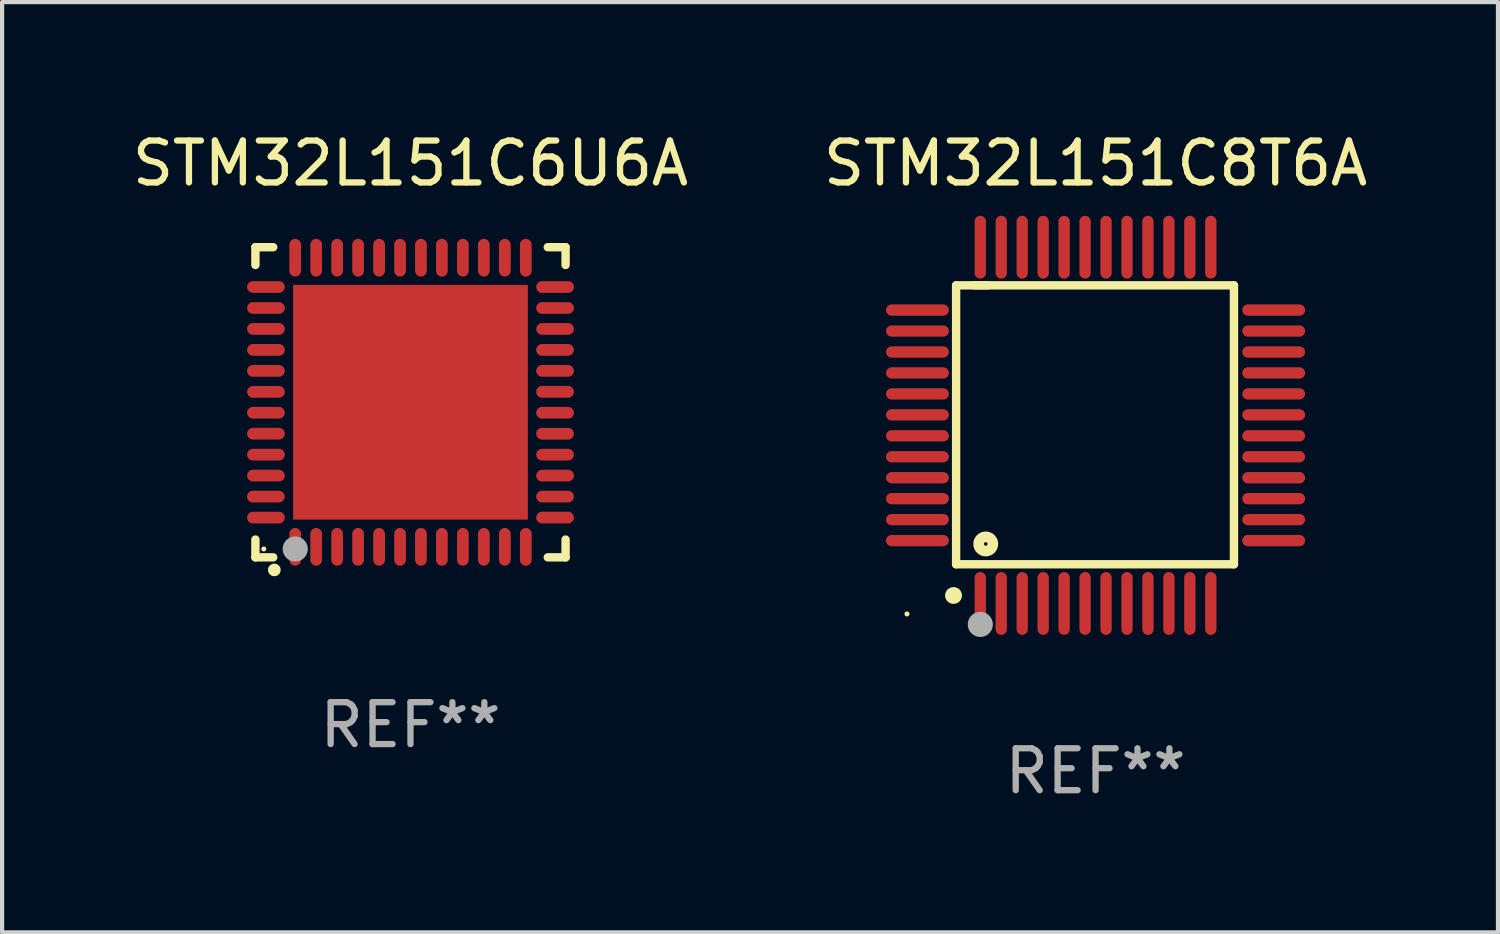
<source format=kicad_pcb>
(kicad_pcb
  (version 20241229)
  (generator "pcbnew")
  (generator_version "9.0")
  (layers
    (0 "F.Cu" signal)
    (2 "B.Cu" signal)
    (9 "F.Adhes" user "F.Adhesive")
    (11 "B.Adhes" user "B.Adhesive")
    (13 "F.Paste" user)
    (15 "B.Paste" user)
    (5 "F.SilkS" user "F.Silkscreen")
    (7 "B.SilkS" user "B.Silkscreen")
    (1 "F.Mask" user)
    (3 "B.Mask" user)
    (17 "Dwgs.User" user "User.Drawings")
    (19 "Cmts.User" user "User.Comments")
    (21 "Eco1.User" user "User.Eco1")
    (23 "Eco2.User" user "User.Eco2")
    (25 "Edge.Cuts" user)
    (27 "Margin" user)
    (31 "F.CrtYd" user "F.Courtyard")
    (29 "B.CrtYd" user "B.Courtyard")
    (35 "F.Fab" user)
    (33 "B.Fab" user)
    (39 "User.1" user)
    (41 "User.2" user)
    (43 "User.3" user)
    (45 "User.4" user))
  (footprint "STM32L151C8T6A"
    (layer "F.Cu")
    (at 23.089 7.098)
    (property "Reference" "STM32L151C8T6A" (at 0 -6.25 0) (layer "F.SilkS") (effects (font (size 1 1) (thickness 0.15))))
    (attr through_hole)
    (fp_line (start -3.327 -3.34) (end -2.565 -3.34) (stroke (width 0.2) (type solid)) (layer "F.SilkS"))
    (fp_line (start -3.327 3.315) (end -3.327 -3.34) (stroke (width 0.2) (type solid)) (layer "F.SilkS"))
    (fp_line (start -2.896 -3.34) (end 3.302 -3.34) (stroke (width 0.2) (type solid)) (layer "F.SilkS"))
    (fp_line (start 3.302 -3.34) (end 3.302 3.315) (stroke (width 0.2) (type solid)) (layer "F.SilkS"))
    (fp_line (start 3.302 3.315) (end -3.327 3.315) (stroke (width 0.2) (type solid)) (layer "F.SilkS"))
    (fp_arc (start -3.389992 4.059995) (mid -3.388722 4.059991) (end -3.387452 4.059995) (stroke (width 0.4) (type solid)) (layer "F.SilkS"))
    (fp_circle (center -4.5 4.5) (end -4.47 4.5) (stroke (width 0.06) (type solid)) (fill no) (layer "F.SilkS"))
    (fp_circle (center -2.62 2.83) (end -2.45 2.83) (stroke (width 0.254) (type solid)) (fill no) (layer "F.SilkS"))
    (fp_circle (center -2.75 4.75) (end -2.6 4.75) (stroke (width 0.3) (type solid)) (fill no) (layer "F.Fab"))
    (fp_text user "REF**" (at 0 8.25 0) (layer "F.Fab") (effects (font (size 1 1) (thickness 0.15))))
    (pad "1" smd oval (at -2.75 4.25) (size 0.27 1.5) (layers "F.Cu" "F.Mask" "F.Paste"))
    (pad "2" smd oval (at -2.25 4.25) (size 0.27 1.5) (layers "F.Cu" "F.Mask" "F.Paste"))
    (pad "3" smd oval (at -1.75 4.25) (size 0.27 1.5) (layers "F.Cu" "F.Mask" "F.Paste"))
    (pad "4" smd oval (at -1.25 4.25) (size 0.27 1.5) (layers "F.Cu" "F.Mask" "F.Paste"))
    (pad "5" smd oval (at -0.75 4.25) (size 0.27 1.5) (layers "F.Cu" "F.Mask" "F.Paste"))
    (pad "6" smd oval (at -0.25 4.25) (size 0.27 1.5) (layers "F.Cu" "F.Mask" "F.Paste"))
    (pad "7" smd oval (at 0.25 4.25) (size 0.27 1.5) (layers "F.Cu" "F.Mask" "F.Paste"))
    (pad "8" smd oval (at 0.75 4.25) (size 0.27 1.5) (layers "F.Cu" "F.Mask" "F.Paste"))
    (pad "9" smd oval (at 1.25 4.25) (size 0.27 1.5) (layers "F.Cu" "F.Mask" "F.Paste"))
    (pad "10" smd oval (at 1.75 4.25) (size 0.27 1.5) (layers "F.Cu" "F.Mask" "F.Paste"))
    (pad "11" smd oval (at 2.25 4.25) (size 0.27 1.5) (layers "F.Cu" "F.Mask" "F.Paste"))
    (pad "12" smd oval (at 2.75 4.25) (size 0.27 1.5) (layers "F.Cu" "F.Mask" "F.Paste"))
    (pad "13" smd oval (at 4.25 2.75) (size 1.5 0.27) (layers "F.Cu" "F.Mask" "F.Paste"))
    (pad "14" smd oval (at 4.25 2.25) (size 1.5 0.27) (layers "F.Cu" "F.Mask" "F.Paste"))
    (pad "15" smd oval (at 4.25 1.75) (size 1.5 0.27) (layers "F.Cu" "F.Mask" "F.Paste"))
    (pad "16" smd oval (at 4.25 1.25) (size 1.5 0.27) (layers "F.Cu" "F.Mask" "F.Paste"))
    (pad "17" smd oval (at 4.25 0.75) (size 1.5 0.27) (layers "F.Cu" "F.Mask" "F.Paste"))
    (pad "18" smd oval (at 4.25 0.25) (size 1.5 0.27) (layers "F.Cu" "F.Mask" "F.Paste"))
    (pad "19" smd oval (at 4.25 -0.25) (size 1.5 0.27) (layers "F.Cu" "F.Mask" "F.Paste"))
    (pad "20" smd oval (at 4.25 -0.75) (size 1.5 0.27) (layers "F.Cu" "F.Mask" "F.Paste"))
    (pad "21" smd oval (at 4.25 -1.25) (size 1.5 0.27) (layers "F.Cu" "F.Mask" "F.Paste"))
    (pad "22" smd oval (at 4.25 -1.75) (size 1.5 0.27) (layers "F.Cu" "F.Mask" "F.Paste"))
    (pad "23" smd oval (at 4.25 -2.25) (size 1.5 0.27) (layers "F.Cu" "F.Mask" "F.Paste"))
    (pad "24" smd oval (at 4.25 -2.75) (size 1.5 0.27) (layers "F.Cu" "F.Mask" "F.Paste"))
    (pad "25" smd oval (at 2.75 -4.25) (size 0.27 1.5) (layers "F.Cu" "F.Mask" "F.Paste"))
    (pad "26" smd oval (at 2.25 -4.25) (size 0.27 1.5) (layers "F.Cu" "F.Mask" "F.Paste"))
    (pad "27" smd oval (at 1.75 -4.25) (size 0.27 1.5) (layers "F.Cu" "F.Mask" "F.Paste"))
    (pad "28" smd oval (at 1.25 -4.25) (size 0.27 1.5) (layers "F.Cu" "F.Mask" "F.Paste"))
    (pad "29" smd oval (at 0.75 -4.25) (size 0.27 1.5) (layers "F.Cu" "F.Mask" "F.Paste"))
    (pad "30" smd oval (at 0.25 -4.25) (size 0.27 1.5) (layers "F.Cu" "F.Mask" "F.Paste"))
    (pad "31" smd oval (at -0.25 -4.25) (size 0.27 1.5) (layers "F.Cu" "F.Mask" "F.Paste"))
    (pad "32" smd oval (at -0.75 -4.25) (size 0.27 1.5) (layers "F.Cu" "F.Mask" "F.Paste"))
    (pad "33" smd oval (at -1.25 -4.25) (size 0.27 1.5) (layers "F.Cu" "F.Mask" "F.Paste"))
    (pad "34" smd oval (at -1.75 -4.25) (size 0.27 1.5) (layers "F.Cu" "F.Mask" "F.Paste"))
    (pad "35" smd oval (at -2.25 -4.25) (size 0.27 1.5) (layers "F.Cu" "F.Mask" "F.Paste"))
    (pad "36" smd oval (at -2.75 -4.25) (size 0.27 1.5) (layers "F.Cu" "F.Mask" "F.Paste"))
    (pad "37" smd oval (at -4.25 -2.75) (size 1.5 0.27) (layers "F.Cu" "F.Mask" "F.Paste"))
    (pad "38" smd oval (at -4.25 -2.25) (size 1.5 0.27) (layers "F.Cu" "F.Mask" "F.Paste"))
    (pad "39" smd oval (at -4.25 -1.75) (size 1.5 0.27) (layers "F.Cu" "F.Mask" "F.Paste"))
    (pad "40" smd oval (at -4.25 -1.25) (size 1.5 0.27) (layers "F.Cu" "F.Mask" "F.Paste"))
    (pad "41" smd oval (at -4.25 -0.75) (size 1.5 0.27) (layers "F.Cu" "F.Mask" "F.Paste"))
    (pad "42" smd oval (at -4.25 -0.25) (size 1.5 0.27) (layers "F.Cu" "F.Mask" "F.Paste"))
    (pad "43" smd oval (at -4.25 0.25) (size 1.5 0.27) (layers "F.Cu" "F.Mask" "F.Paste"))
    (pad "44" smd oval (at -4.25 0.75) (size 1.5 0.27) (layers "F.Cu" "F.Mask" "F.Paste"))
    (pad "45" smd oval (at -4.25 1.25) (size 1.5 0.27) (layers "F.Cu" "F.Mask" "F.Paste"))
    (pad "46" smd oval (at -4.25 1.75) (size 1.5 0.27) (layers "F.Cu" "F.Mask" "F.Paste"))
    (pad "47" smd oval (at -4.25 2.25) (size 1.5 0.27) (layers "F.Cu" "F.Mask" "F.Paste"))
    (pad "48" smd oval (at -4.25 2.75) (size 1.5 0.27) (layers "F.Cu" "F.Mask" "F.Paste")))
  (footprint "STM32L151C6U6A"
    (layer "F.Cu")
    (at 6.744 6.548)
    (property "Reference" "STM32L151C6U6A" (at 0 -5.7 0) (layer "F.SilkS") (effects (font (size 1 1) (thickness 0.15))))
    (attr through_hole)
    (fp_line (start -3.7 -3.7) (end -3.275 -3.7) (stroke (width 0.2) (type solid)) (layer "F.SilkS"))
    (fp_line (start -3.7 -3.275) (end -3.7 -3.7) (stroke (width 0.2) (type solid)) (layer "F.SilkS"))
    (fp_line (start -3.7 3.7) (end -3.7 3.275) (stroke (width 0.2) (type solid)) (layer "F.SilkS"))
    (fp_line (start -3.275 3.7) (end -3.7 3.7) (stroke (width 0.2) (type solid)) (layer "F.SilkS"))
    (fp_line (start 3.7 -3.7) (end 3.275 -3.7) (stroke (width 0.2) (type solid)) (layer "F.SilkS"))
    (fp_line (start 3.7 -3.275) (end 3.7 -3.7) (stroke (width 0.2) (type solid)) (layer "F.SilkS"))
    (fp_line (start 3.7 3.275) (end 3.7 3.7) (stroke (width 0.2) (type solid)) (layer "F.SilkS"))
    (fp_line (start 3.7 3.7) (end 3.275 3.7) (stroke (width 0.2) (type solid)) (layer "F.SilkS"))
    (fp_arc (start -3.249936 3.999975) (mid -3.248666 3.99997) (end -3.247396 3.999975) (stroke (width 0.3) (type solid)) (layer "F.SilkS"))
    (fp_circle (center -3.5 3.5) (end -3.47 3.5) (stroke (width 0.06) (type solid)) (fill no) (layer "F.SilkS"))
    (fp_circle (center -2.75 3.5) (end -2.6 3.5) (stroke (width 0.3) (type solid)) (fill no) (layer "F.Fab"))
    (fp_text user "REF**" (at 0 7.7 0) (layer "F.Fab") (effects (font (size 1 1) (thickness 0.15))))
    (pad "1" smd oval (at -2.751 3.449) (size 0.28 0.9) (layers "F.Cu" "F.Mask" "F.Paste"))
    (pad "2" smd oval (at -2.25 3.449) (size 0.28 0.9) (layers "F.Cu" "F.Mask" "F.Paste"))
    (pad "3" smd oval (at -1.75 3.449) (size 0.28 0.9) (layers "F.Cu" "F.Mask" "F.Paste"))
    (pad "4" smd oval (at -1.25 3.449) (size 0.28 0.9) (layers "F.Cu" "F.Mask" "F.Paste"))
    (pad "5" smd oval (at -0.749 3.449) (size 0.28 0.9) (layers "F.Cu" "F.Mask" "F.Paste"))
    (pad "6" smd oval (at -0.249 3.449) (size 0.28 0.9) (layers "F.Cu" "F.Mask" "F.Paste"))
    (pad "7" smd oval (at 0.249 3.449) (size 0.28 0.9) (layers "F.Cu" "F.Mask" "F.Paste"))
    (pad "8" smd oval (at 0.749 3.449) (size 0.28 0.9) (layers "F.Cu" "F.Mask" "F.Paste"))
    (pad "9" smd oval (at 1.25 3.449) (size 0.28 0.9) (layers "F.Cu" "F.Mask" "F.Paste"))
    (pad "10" smd oval (at 1.75 3.449) (size 0.28 0.9) (layers "F.Cu" "F.Mask" "F.Paste"))
    (pad "11" smd oval (at 2.251 3.449) (size 0.28 0.9) (layers "F.Cu" "F.Mask" "F.Paste"))
    (pad "12" smd oval (at 2.751 3.449) (size 0.28 0.9) (layers "F.Cu" "F.Mask" "F.Paste"))
    (pad "13" smd oval (at 3.449 2.75) (size 0.9 0.28) (layers "F.Cu" "F.Mask" "F.Paste"))
    (pad "14" smd oval (at 3.449 2.25) (size 0.9 0.28) (layers "F.Cu" "F.Mask" "F.Paste"))
    (pad "15" smd oval (at 3.449 1.75) (size 0.9 0.28) (layers "F.Cu" "F.Mask" "F.Paste"))
    (pad "16" smd oval (at 3.449 1.25) (size 0.9 0.28) (layers "F.Cu" "F.Mask" "F.Paste"))
    (pad "17" smd oval (at 3.449 0.75) (size 0.9 0.28) (layers "F.Cu" "F.Mask" "F.Paste"))
    (pad "18" smd oval (at 3.449 0.25) (size 0.9 0.28) (layers "F.Cu" "F.Mask" "F.Paste"))
    (pad "19" smd oval (at 3.449 -0.25) (size 0.9 0.28) (layers "F.Cu" "F.Mask" "F.Paste"))
    (pad "20" smd oval (at 3.449 -0.75) (size 0.9 0.28) (layers "F.Cu" "F.Mask" "F.Paste"))
    (pad "21" smd oval (at 3.449 -1.25) (size 0.9 0.28) (layers "F.Cu" "F.Mask" "F.Paste"))
    (pad "22" smd oval (at 3.449 -1.75) (size 0.9 0.28) (layers "F.Cu" "F.Mask" "F.Paste"))
    (pad "23" smd oval (at 3.449 -2.25) (size 0.9 0.28) (layers "F.Cu" "F.Mask" "F.Paste"))
    (pad "24" smd oval (at 3.449 -2.75) (size 0.9 0.28) (layers "F.Cu" "F.Mask" "F.Paste"))
    (pad "25" smd oval (at 2.751 -3.449) (size 0.28 0.9) (layers "F.Cu" "F.Mask" "F.Paste"))
    (pad "26" smd oval (at 2.251 -3.449) (size 0.28 0.9) (layers "F.Cu" "F.Mask" "F.Paste"))
    (pad "27" smd oval (at 1.75 -3.449) (size 0.28 0.9) (layers "F.Cu" "F.Mask" "F.Paste"))
    (pad "28" smd oval (at 1.25 -3.449) (size 0.28 0.9) (layers "F.Cu" "F.Mask" "F.Paste"))
    (pad "29" smd oval (at 0.749 -3.449) (size 0.28 0.9) (layers "F.Cu" "F.Mask" "F.Paste"))
    (pad "30" smd oval (at 0.249 -3.449) (size 0.28 0.9) (layers "F.Cu" "F.Mask" "F.Paste"))
    (pad "31" smd oval (at -0.249 -3.449) (size 0.28 0.9) (layers "F.Cu" "F.Mask" "F.Paste"))
    (pad "32" smd oval (at -0.749 -3.449) (size 0.28 0.9) (layers "F.Cu" "F.Mask" "F.Paste"))
    (pad "33" smd oval (at -1.25 -3.449) (size 0.28 0.9) (layers "F.Cu" "F.Mask" "F.Paste"))
    (pad "34" smd oval (at -1.75 -3.449) (size 0.28 0.9) (layers "F.Cu" "F.Mask" "F.Paste"))
    (pad "35" smd oval (at -2.25 -3.449) (size 0.28 0.9) (layers "F.Cu" "F.Mask" "F.Paste"))
    (pad "36" smd oval (at -2.751 -3.449) (size 0.28 0.9) (layers "F.Cu" "F.Mask" "F.Paste"))
    (pad "37" smd oval (at -3.449 -2.751) (size 0.9 0.28) (layers "F.Cu" "F.Mask" "F.Paste"))
    (pad "38" smd oval (at -3.449 -2.25) (size 0.9 0.28) (layers "F.Cu" "F.Mask" "F.Paste"))
    (pad "39" smd oval (at -3.449 -1.75) (size 0.9 0.28) (layers "F.Cu" "F.Mask" "F.Paste"))
    (pad "40" smd oval (at -3.449 -1.25) (size 0.9 0.28) (layers "F.Cu" "F.Mask" "F.Paste"))
    (pad "41" smd oval (at -3.449 -0.749) (size 0.9 0.28) (layers "F.Cu" "F.Mask" "F.Paste"))
    (pad "42" smd oval (at -3.449 -0.249) (size 0.9 0.28) (layers "F.Cu" "F.Mask" "F.Paste"))
    (pad "43" smd oval (at -3.449 0.249) (size 0.9 0.28) (layers "F.Cu" "F.Mask" "F.Paste"))
    (pad "44" smd oval (at -3.449 0.749) (size 0.9 0.28) (layers "F.Cu" "F.Mask" "F.Paste"))
    (pad "45" smd oval (at -3.449 1.25) (size 0.9 0.28) (layers "F.Cu" "F.Mask" "F.Paste"))
    (pad "46" smd oval (at -3.449 1.75) (size 0.9 0.28) (layers "F.Cu" "F.Mask" "F.Paste"))
    (pad "47" smd oval (at -3.449 2.25) (size 0.9 0.28) (layers "F.Cu" "F.Mask" "F.Paste"))
    (pad "48" smd oval (at -3.449 2.751) (size 0.9 0.28) (layers "F.Cu" "F.Mask" "F.Paste"))
    (pad "49" smd rect (at 0.000076 -0.000025) (size 5.6 5.6) (layers "F.Cu" "F.Mask" "F.Paste")))
  (gr_rect
    (start -3 -3)
    (end 32.69 19.196)
    (stroke (width 0.1) (type default))
    (fill no)
    (layer "Edge.Cuts")))
</source>
